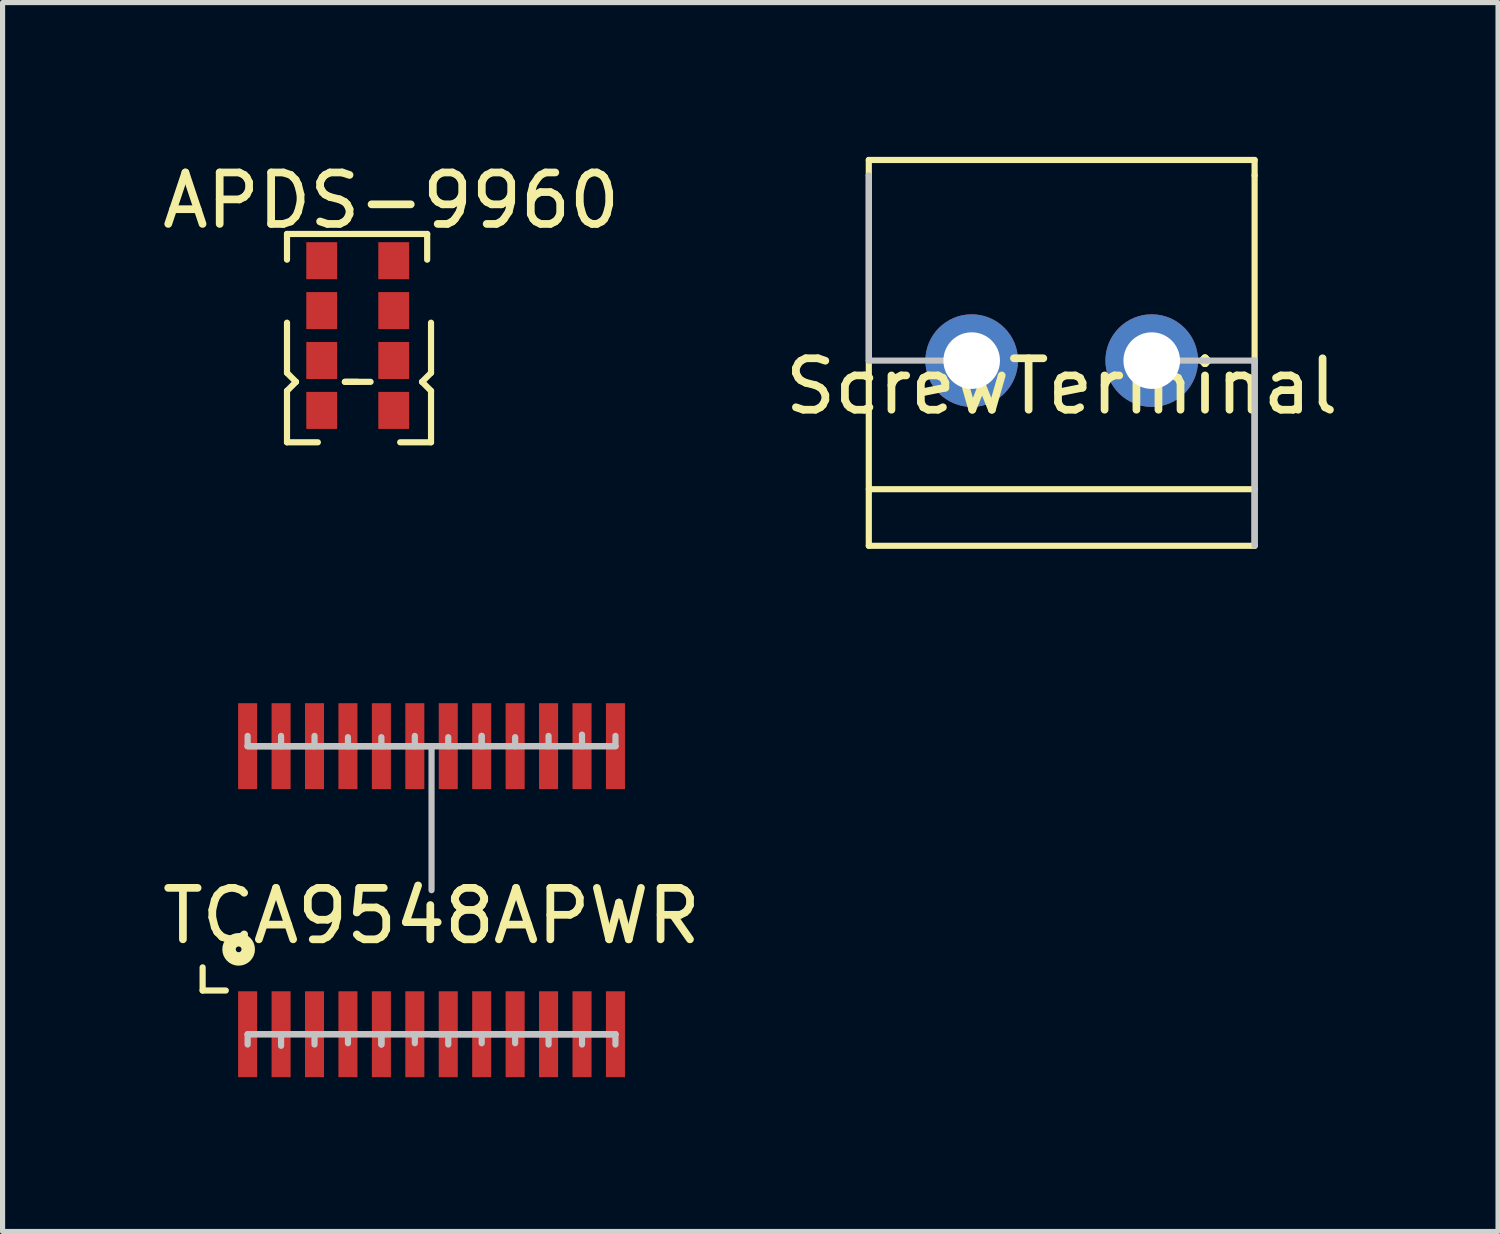
<source format=kicad_pcb>
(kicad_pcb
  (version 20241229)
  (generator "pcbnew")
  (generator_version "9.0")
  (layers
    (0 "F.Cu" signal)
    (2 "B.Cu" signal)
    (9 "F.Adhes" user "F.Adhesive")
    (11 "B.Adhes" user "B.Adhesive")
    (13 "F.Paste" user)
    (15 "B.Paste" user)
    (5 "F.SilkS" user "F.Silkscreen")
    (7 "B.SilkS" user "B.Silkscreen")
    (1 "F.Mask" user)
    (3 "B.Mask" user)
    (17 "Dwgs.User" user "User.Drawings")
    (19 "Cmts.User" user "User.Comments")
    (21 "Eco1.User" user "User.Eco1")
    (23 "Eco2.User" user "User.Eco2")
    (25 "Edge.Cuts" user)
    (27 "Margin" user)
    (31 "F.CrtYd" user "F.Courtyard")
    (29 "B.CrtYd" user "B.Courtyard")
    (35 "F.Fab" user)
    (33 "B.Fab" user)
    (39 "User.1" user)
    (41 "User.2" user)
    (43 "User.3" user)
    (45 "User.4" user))
  (footprint "ScrewTerminal"
    (layer "F.Cu")
    (at 17.589 3.96)
    (property "Reference" "ScrewTerminal" (at 0 0.5 0) (layer "F.SilkS") (effects (font (size 1 1) (thickness 0.15))))
    (attr through_hole)
    (fp_line (start -3.75 -3.9) (end -3.75 -3.6) (stroke (width 0.12) (type solid)) (layer "F.SilkS"))
    (fp_line (start -3.75 -3.9) (end 3.75 -3.9) (stroke (width 0.12) (type solid)) (layer "F.SilkS"))
    (fp_line (start -3.75 3.6) (end -3.75 -3.6) (stroke (width 0.12) (type solid)) (layer "F.SilkS"))
    (fp_line (start 3.75 -3.9) (end 3.75 -3.6) (stroke (width 0.12) (type solid)) (layer "F.SilkS"))
    (fp_line (start 3.75 -3.6) (end 3.75 3.6) (stroke (width 0.12) (type solid)) (layer "F.SilkS"))
    (fp_line (start 3.75 2.5) (end -3.75 2.5) (stroke (width 0.12) (type solid)) (layer "F.SilkS"))
    (fp_line (start 3.75 3.6) (end -3.75 3.6) (stroke (width 0.12) (type solid)) (layer "F.SilkS"))
    (fp_line (start -3.75 0) (end -3.75 -3.6) (stroke (width 0.12) (type solid)) (layer "Dwgs.User"))
    (fp_line (start -1.75 0) (end -3.75 0) (stroke (width 0.12) (type solid)) (layer "Dwgs.User"))
    (fp_line (start 1.75 0) (end 3.75 0) (stroke (width 0.12) (type solid)) (layer "Dwgs.User"))
    (fp_line (start 3.75 0) (end 3.75 3.6) (stroke (width 0.12) (type solid)) (layer "Dwgs.User"))
    (pad "1" thru_hole circle (at 1.75 0 270) (size 1.8 1.8) (drill 1.1) (layers "*.Cu" "*.Mask"))
    (pad "2" thru_hole circle (at -1.75 0 90) (size 1.8 1.8) (drill 1.1) (layers "*.Cu" "*.Mask")))
  (footprint "APDS-9960"
    (layer "F.Cu")
    (at 3.904 3.473)
    (property "Reference" "APDS-9960" (at 0.65 -2.625 0) (layer "F.SilkS") (effects (font (size 1 1) (thickness 0.15))))
    (attr through_hole)
    (fp_line (start -1.375 -1.975) (end 1.35 -1.975) (stroke (width 0.12) (type solid)) (layer "F.SilkS"))
    (fp_line (start -1.375 -1.475) (end -1.375 -1.975) (stroke (width 0.12) (type solid)) (layer "F.SilkS"))
    (fp_line (start -1.375 0.725) (end -1.375 -0.25) (stroke (width 0.12) (type solid)) (layer "F.SilkS"))
    (fp_line (start -1.375 1.075) (end -1.375 2.075) (stroke (width 0.12) (type solid)) (layer "F.SilkS"))
    (fp_line (start -1.375 2.075) (end -0.775 2.075) (stroke (width 0.12) (type solid)) (layer "F.SilkS"))
    (fp_line (start -1.2 0.9) (end -1.375 0.725) (stroke (width 0.12) (type solid)) (layer "F.SilkS"))
    (fp_line (start -1.2 0.9) (end -1.375 1.075) (stroke (width 0.12) (type solid)) (layer "F.SilkS"))
    (fp_line (start -0.25 0.9) (end 0.25 0.9) (stroke (width 0.12) (type solid)) (layer "F.SilkS"))
    (fp_line (start 0 0.9) (end -0.25 0.9) (stroke (width 0.12) (type solid)) (layer "F.SilkS"))
    (fp_line (start 1.25 0.9) (end 1.425 0.725) (stroke (width 0.12) (type solid)) (layer "F.SilkS"))
    (fp_line (start 1.25 0.9) (end 1.425 1.075) (stroke (width 0.12) (type solid)) (layer "F.SilkS"))
    (fp_line (start 1.35 -1.975) (end 1.35 -1.475) (stroke (width 0.12) (type solid)) (layer "F.SilkS"))
    (fp_line (start 1.425 0.725) (end 1.425 -0.25) (stroke (width 0.12) (type solid)) (layer "F.SilkS"))
    (fp_line (start 1.425 1.075) (end 1.425 2.075) (stroke (width 0.12) (type solid)) (layer "F.SilkS"))
    (fp_line (start 1.425 2.075) (end 0.825 2.075) (stroke (width 0.12) (type solid)) (layer "F.SilkS"))
    (pad "1" smd rect (at 0.7 -1.455) (size 0.6 0.72) (layers "F.Cu" "F.Mask" "F.Paste"))
    (pad "2" smd rect (at 0.7 -0.485) (size 0.6 0.72) (layers "F.Cu" "F.Mask" "F.Paste"))
    (pad "3" smd rect (at 0.7 0.485) (size 0.6 0.72) (layers "F.Cu" "F.Mask" "F.Paste"))
    (pad "4" smd rect (at 0.7 1.455) (size 0.6 0.72) (layers "F.Cu" "F.Mask" "F.Paste"))
    (pad "5" smd rect (at -0.7 1.455) (size 0.6 0.72) (layers "F.Cu" "F.Mask" "F.Paste"))
    (pad "6" smd rect (at -0.7 0.485) (size 0.6 0.72) (layers "F.Cu" "F.Mask" "F.Paste"))
    (pad "7" smd rect (at -0.7 -0.485) (size 0.6 0.72) (layers "F.Cu" "F.Mask" "F.Paste"))
    (pad "8" smd rect (at -0.7 -1.455) (size 0.6 0.72) (layers "F.Cu" "F.Mask" "F.Paste")))
  (footprint "TCA9548APWR"
    (layer "F.Cu")
    (at 5.339 14.255)
    (property "Reference" "TCA9548APWR" (at 0 0.5 0) (layer "F.SilkS") (effects (font (size 1 1) (thickness 0.15))))
    (attr through_hole)
    (fp_line (start -4.45 1.5) (end -4.45 1.95) (stroke (width 0.12) (type solid)) (layer "F.SilkS"))
    (fp_line (start -4.45 1.95) (end -4 1.95) (stroke (width 0.12) (type solid)) (layer "F.SilkS"))
    (fp_circle (center -3.75 1.15) (end -3.7 1.175) (stroke (width 0.12) (type solid)) (fill no) (layer "F.SilkS"))
    (fp_circle (center -3.75 1.15) (end -3.675 1.275) (stroke (width 0.12) (type solid)) (fill no) (layer "F.SilkS"))
    (fp_circle (center -3.75 1.15) (end -3.625 1.275) (stroke (width 0.12) (type solid)) (fill no) (layer "F.SilkS"))
    (fp_circle (center -3.75 1.15) (end -3.625 1.375) (stroke (width 0.12) (type solid)) (fill no) (layer "F.SilkS"))
    (fp_line (start -3.575 -2.8) (end -3.575 -3) (stroke (width 0.12) (type solid)) (layer "Dwgs.User"))
    (fp_line (start -3.575 -2.8) (end 3.575 -2.8) (stroke (width 0.12) (type solid)) (layer "Dwgs.User"))
    (fp_line (start -3.575 2.8) (end -3.575 3) (stroke (width 0.12) (type solid)) (layer "Dwgs.User"))
    (fp_line (start -2.925 -2.8) (end -3.575 -2.8) (stroke (width 0.12) (type solid)) (layer "Dwgs.User"))
    (fp_line (start -2.925 -2.8) (end -2.925 -3) (stroke (width 0.12) (type solid)) (layer "Dwgs.User"))
    (fp_line (start -2.925 2.8) (end -3.575 2.8) (stroke (width 0.12) (type solid)) (layer "Dwgs.User"))
    (fp_line (start -2.925 2.8) (end -2.925 3.025) (stroke (width 0.12) (type solid)) (layer "Dwgs.User"))
    (fp_line (start -2.275 -2.8) (end -2.925 -2.8) (stroke (width 0.12) (type solid)) (layer "Dwgs.User"))
    (fp_line (start -2.275 -2.8) (end -2.275 -3) (stroke (width 0.12) (type solid)) (layer "Dwgs.User"))
    (fp_line (start -2.275 2.8) (end -2.925 2.8) (stroke (width 0.12) (type solid)) (layer "Dwgs.User"))
    (fp_line (start -2.275 2.8) (end -2.275 3) (stroke (width 0.12) (type solid)) (layer "Dwgs.User"))
    (fp_line (start -1.625 -2.8) (end -2.275 -2.8) (stroke (width 0.12) (type solid)) (layer "Dwgs.User"))
    (fp_line (start -1.625 -2.8) (end -1.625 -2.975) (stroke (width 0.12) (type solid)) (layer "Dwgs.User"))
    (fp_line (start -1.625 2.8) (end -2.275 2.8) (stroke (width 0.12) (type solid)) (layer "Dwgs.User"))
    (fp_line (start -1.625 2.8) (end -1.625 2.975) (stroke (width 0.12) (type solid)) (layer "Dwgs.User"))
    (fp_line (start -0.975 -2.8) (end -1.625 -2.8) (stroke (width 0.12) (type solid)) (layer "Dwgs.User"))
    (fp_line (start -0.975 -2.8) (end -0.975 -2.975) (stroke (width 0.12) (type solid)) (layer "Dwgs.User"))
    (fp_line (start -0.975 2.8) (end -1.625 2.8) (stroke (width 0.12) (type solid)) (layer "Dwgs.User"))
    (fp_line (start -0.975 2.8) (end -0.975 3) (stroke (width 0.12) (type solid)) (layer "Dwgs.User"))
    (fp_line (start -0.975 3) (end -0.975 2.8) (stroke (width 0.12) (type solid)) (layer "Dwgs.User"))
    (fp_line (start -0.325 -2.8) (end -0.975 -2.8) (stroke (width 0.12) (type solid)) (layer "Dwgs.User"))
    (fp_line (start -0.325 -2.8) (end -0.325 -3) (stroke (width 0.12) (type solid)) (layer "Dwgs.User"))
    (fp_line (start -0.325 2.8) (end -0.975 2.8) (stroke (width 0.12) (type solid)) (layer "Dwgs.User"))
    (fp_line (start -0.325 2.8) (end -0.325 2.975) (stroke (width 0.12) (type solid)) (layer "Dwgs.User"))
    (fp_line (start 0 -2.8) (end -3.575 -2.8) (stroke (width 0.12) (type solid)) (layer "Dwgs.User"))
    (fp_line (start 0 -2.8) (end -0.325 -2.8) (stroke (width 0.12) (type solid)) (layer "Dwgs.User"))
    (fp_line (start 0 -2.8) (end 0.325 -2.8) (stroke (width 0.12) (type solid)) (layer "Dwgs.User"))
    (fp_line (start 0 0) (end 0 -2.8) (stroke (width 0.12) (type solid)) (layer "Dwgs.User"))
    (fp_line (start 0 2.8) (end -0.325 2.8) (stroke (width 0.12) (type solid)) (layer "Dwgs.User"))
    (fp_line (start 0 2.8) (end 0.325 2.8) (stroke (width 0.12) (type solid)) (layer "Dwgs.User"))
    (fp_line (start 0 2.8) (end 3.575 2.8) (stroke (width 0.12) (type solid)) (layer "Dwgs.User"))
    (fp_line (start 0.325 -2.8) (end 0.325 -2.975) (stroke (width 0.12) (type solid)) (layer "Dwgs.User"))
    (fp_line (start 0.325 -2.8) (end 0.975 -2.8) (stroke (width 0.12) (type solid)) (layer "Dwgs.User"))
    (fp_line (start 0.325 2.8) (end 0.325 3) (stroke (width 0.12) (type solid)) (layer "Dwgs.User"))
    (fp_line (start 0.325 2.8) (end 0.975 2.8) (stroke (width 0.12) (type solid)) (layer "Dwgs.User"))
    (fp_line (start 0.975 -3) (end 0.975 -2.8) (stroke (width 0.12) (type solid)) (layer "Dwgs.User"))
    (fp_line (start 0.975 -2.8) (end 0.975 -3) (stroke (width 0.12) (type solid)) (layer "Dwgs.User"))
    (fp_line (start 0.975 -2.8) (end 1.625 -2.8) (stroke (width 0.12) (type solid)) (layer "Dwgs.User"))
    (fp_line (start 0.975 2.8) (end 0.975 2.975) (stroke (width 0.12) (type solid)) (layer "Dwgs.User"))
    (fp_line (start 0.975 2.8) (end 1.625 2.8) (stroke (width 0.12) (type solid)) (layer "Dwgs.User"))
    (fp_line (start 1.625 -2.8) (end 1.625 -2.975) (stroke (width 0.12) (type solid)) (layer "Dwgs.User"))
    (fp_line (start 1.625 -2.8) (end 2.275 -2.8) (stroke (width 0.12) (type solid)) (layer "Dwgs.User"))
    (fp_line (start 1.625 2.8) (end 1.625 2.975) (stroke (width 0.12) (type solid)) (layer "Dwgs.User"))
    (fp_line (start 1.625 2.8) (end 2.275 2.8) (stroke (width 0.12) (type solid)) (layer "Dwgs.User"))
    (fp_line (start 2.275 -2.8) (end 2.275 -3) (stroke (width 0.12) (type solid)) (layer "Dwgs.User"))
    (fp_line (start 2.275 -2.8) (end 2.925 -2.8) (stroke (width 0.12) (type solid)) (layer "Dwgs.User"))
    (fp_line (start 2.275 2.8) (end 2.275 3) (stroke (width 0.12) (type solid)) (layer "Dwgs.User"))
    (fp_line (start 2.275 2.8) (end 2.925 2.8) (stroke (width 0.12) (type solid)) (layer "Dwgs.User"))
    (fp_line (start 2.925 -2.8) (end 2.925 -3.025) (stroke (width 0.12) (type solid)) (layer "Dwgs.User"))
    (fp_line (start 2.925 -2.8) (end 3.575 -2.8) (stroke (width 0.12) (type solid)) (layer "Dwgs.User"))
    (fp_line (start 2.925 2.8) (end 2.925 3) (stroke (width 0.12) (type solid)) (layer "Dwgs.User"))
    (fp_line (start 2.925 2.8) (end 3.575 2.8) (stroke (width 0.12) (type solid)) (layer "Dwgs.User"))
    (fp_line (start 3.575 -2.8) (end 3.575 -3) (stroke (width 0.12) (type solid)) (layer "Dwgs.User"))
    (fp_line (start 3.575 2.8) (end -3.575 2.8) (stroke (width 0.12) (type solid)) (layer "Dwgs.User"))
    (fp_line (start 3.575 2.8) (end 3.575 3) (stroke (width 0.12) (type solid)) (layer "Dwgs.User"))
    (pad "1" smd rect (at -3.575 2.8 180) (size 0.37 1.67) (layers "F.Cu" "F.Mask" "F.Paste"))
    (pad "2" smd rect (at -2.925 2.8 180) (size 0.37 1.67) (layers "F.Cu" "F.Mask" "F.Paste"))
    (pad "3" smd rect (at -2.275 2.8 180) (size 0.37 1.67) (layers "F.Cu" "F.Mask" "F.Paste"))
    (pad "4" smd rect (at -1.625 2.8 180) (size 0.37 1.67) (layers "F.Cu" "F.Mask" "F.Paste"))
    (pad "5" smd rect (at -0.975 2.8 180) (size 0.37 1.67) (layers "F.Cu" "F.Mask" "F.Paste"))
    (pad "6" smd rect (at -0.325 2.8 180) (size 0.37 1.67) (layers "F.Cu" "F.Mask" "F.Paste"))
    (pad "7" smd rect (at 0.325 2.8 180) (size 0.37 1.67) (layers "F.Cu" "F.Mask" "F.Paste"))
    (pad "8" smd rect (at 0.975 2.8 180) (size 0.37 1.67) (layers "F.Cu" "F.Mask" "F.Paste"))
    (pad "9" smd rect (at 1.625 2.8 180) (size 0.37 1.67) (layers "F.Cu" "F.Mask" "F.Paste"))
    (pad "10" smd rect (at 2.275 2.8 180) (size 0.37 1.67) (layers "F.Cu" "F.Mask" "F.Paste"))
    (pad "11" smd rect (at 2.925 2.8 180) (size 0.37 1.67) (layers "F.Cu" "F.Mask" "F.Paste"))
    (pad "12" smd rect (at 3.575 2.8 180) (size 0.37 1.67) (layers "F.Cu" "F.Mask" "F.Paste"))
    (pad "13" smd rect (at 3.575 -2.8) (size 0.37 1.67) (layers "F.Cu" "F.Mask" "F.Paste"))
    (pad "14" smd rect (at 2.925 -2.8) (size 0.37 1.67) (layers "F.Cu" "F.Mask" "F.Paste"))
    (pad "15" smd rect (at 2.275 -2.8) (size 0.37 1.67) (layers "F.Cu" "F.Mask" "F.Paste"))
    (pad "16" smd rect (at 1.625 -2.8) (size 0.37 1.67) (layers "F.Cu" "F.Mask" "F.Paste"))
    (pad "17" smd rect (at 0.975 -2.8) (size 0.37 1.67) (layers "F.Cu" "F.Mask" "F.Paste"))
    (pad "18" smd rect (at 0.325 -2.8) (size 0.37 1.67) (layers "F.Cu" "F.Mask" "F.Paste"))
    (pad "19" smd rect (at -0.325 -2.8) (size 0.37 1.67) (layers "F.Cu" "F.Mask" "F.Paste"))
    (pad "20" smd rect (at -0.975 -2.8) (size 0.37 1.67) (layers "F.Cu" "F.Mask" "F.Paste"))
    (pad "21" smd rect (at -1.625 -2.8) (size 0.37 1.67) (layers "F.Cu" "F.Mask" "F.Paste"))
    (pad "22" smd rect (at -2.275 -2.8) (size 0.37 1.67) (layers "F.Cu" "F.Mask" "F.Paste"))
    (pad "23" smd rect (at -2.925 -2.8) (size 0.37 1.67) (layers "F.Cu" "F.Mask" "F.Paste"))
    (pad "24" smd rect (at -3.575 -2.8) (size 0.37 1.67) (layers "F.Cu" "F.Mask" "F.Paste")))
  (gr_rect
    (start -3 -3)
    (end 26.071 20.89)
    (stroke (width 0.1) (type default))
    (fill no)
    (layer "Edge.Cuts")))
</source>
